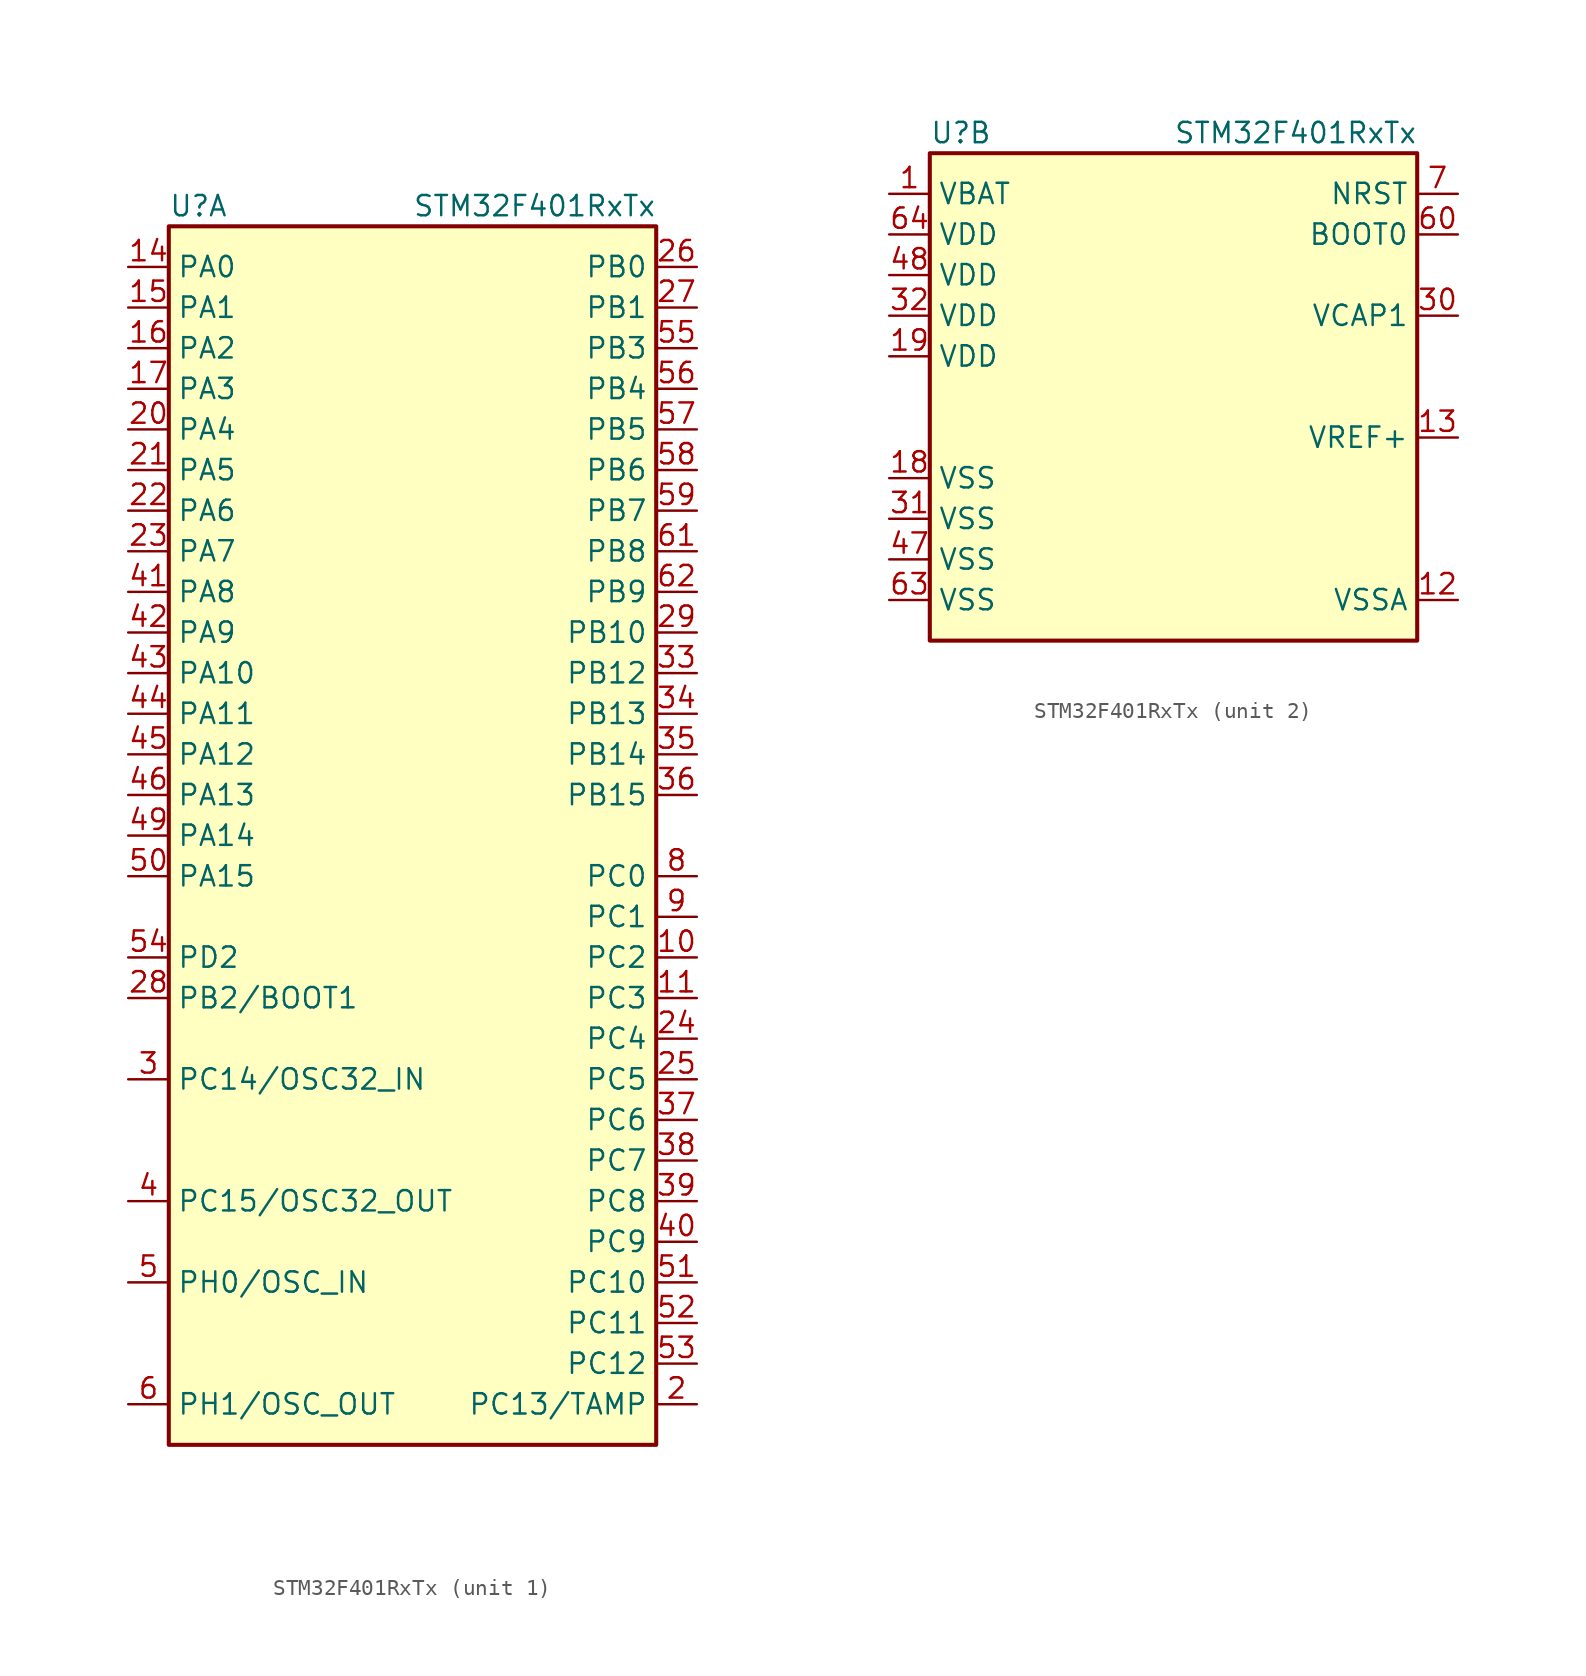
<source format=kicad_sym>
(kicad_symbol_lib
  (version 20211014)
  (generator kicad_symbol_editor)
  (symbol "STM32F401RxTx"
    (property "Reference" "U"
      (at -15.24 16.51 0)
      (effects (font (size 1.27 1.27)) (justify left)))
    (property "Value" "STM32F401RxTx"
      (at 0 16.51 0)
      (effects (font (size 1.27 1.27)) (justify left)))
    (property "ki_locked" ""
      (at 0 0 0)
      (effects (font (size 1.27 1.27))))
    (symbol "STM32F401RxTx_1_1"
      (rectangle (start -15.24 15.24) (end 15.24 -60.96) (stroke (width 0.254) (type default) (color 0 0 0 0)) (fill (type background)))
      (pin bidirectional line (at 17.78 -30.48 180) (length 2.54) (name "PC2" (effects (font (size 1.27 1.27)))) (number "10" (effects (font (size 1.27 1.27)))))
      (pin bidirectional line (at 17.78 -33.02 180) (length 2.54) (name "PC3" (effects (font (size 1.27 1.27)))) (number "11" (effects (font (size 1.27 1.27)))))
      (pin bidirectional line (at -17.78 12.7 0) (length 2.54) (name "PA0" (effects (font (size 1.27 1.27)))) (number "14" (effects (font (size 1.27 1.27)))))
      (pin bidirectional line (at -17.78 10.16 0) (length 2.54) (name "PA1" (effects (font (size 1.27 1.27)))) (number "15" (effects (font (size 1.27 1.27)))))
      (pin bidirectional line (at -17.78 7.62 0) (length 2.54) (name "PA2" (effects (font (size 1.27 1.27)))) (number "16" (effects (font (size 1.27 1.27)))))
      (pin bidirectional line (at -17.78 5.08 0) (length 2.54) (name "PA3" (effects (font (size 1.27 1.27)))) (number "17" (effects (font (size 1.27 1.27)))))
      (pin bidirectional line (at 17.78 -58.42 180) (length 2.54) (name "PC13/TAMP" (effects (font (size 1.27 1.27)))) (number "2" (effects (font (size 1.27 1.27)))))
      (pin bidirectional line (at -17.78 2.54 0) (length 2.54) (name "PA4" (effects (font (size 1.27 1.27)))) (number "20" (effects (font (size 1.27 1.27)))))
      (pin bidirectional line (at -17.78 0 0) (length 2.54) (name "PA5" (effects (font (size 1.27 1.27)))) (number "21" (effects (font (size 1.27 1.27)))))
      (pin bidirectional line (at -17.78 -2.54 0) (length 2.54) (name "PA6" (effects (font (size 1.27 1.27)))) (number "22" (effects (font (size 1.27 1.27)))))
      (pin bidirectional line (at -17.78 -5.08 0) (length 2.54) (name "PA7" (effects (font (size 1.27 1.27)))) (number "23" (effects (font (size 1.27 1.27)))))
      (pin bidirectional line (at 17.78 -35.56 180) (length 2.54) (name "PC4" (effects (font (size 1.27 1.27)))) (number "24" (effects (font (size 1.27 1.27)))))
      (pin bidirectional line (at 17.78 -38.1 180) (length 2.54) (name "PC5" (effects (font (size 1.27 1.27)))) (number "25" (effects (font (size 1.27 1.27)))))
      (pin bidirectional line (at 17.78 12.7 180) (length 2.54) (name "PB0" (effects (font (size 1.27 1.27)))) (number "26" (effects (font (size 1.27 1.27)))))
      (pin bidirectional line (at 17.78 10.16 180) (length 2.54) (name "PB1" (effects (font (size 1.27 1.27)))) (number "27" (effects (font (size 1.27 1.27)))))
      (pin bidirectional line (at -17.78 -33.02 0) (length 2.54) (name "PB2/BOOT1" (effects (font (size 1.27 1.27)))) (number "28" (effects (font (size 1.27 1.27)))))
      (pin bidirectional line (at 17.78 -10.16 180) (length 2.54) (name "PB10" (effects (font (size 1.27 1.27)))) (number "29" (effects (font (size 1.27 1.27)))))
      (pin bidirectional line (at -17.78 -38.1 0) (length 2.54) (name "PC14/OSC32_IN" (effects (font (size 1.27 1.27)))) (number "3" (effects (font (size 1.27 1.27)))))
      (pin bidirectional line (at 17.78 -12.7 180) (length 2.54) (name "PB12" (effects (font (size 1.27 1.27)))) (number "33" (effects (font (size 1.27 1.27)))))
      (pin bidirectional line (at 17.78 -15.24 180) (length 2.54) (name "PB13" (effects (font (size 1.27 1.27)))) (number "34" (effects (font (size 1.27 1.27)))))
      (pin bidirectional line (at 17.78 -17.78 180) (length 2.54) (name "PB14" (effects (font (size 1.27 1.27)))) (number "35" (effects (font (size 1.27 1.27)))))
      (pin bidirectional line (at 17.78 -20.32 180) (length 2.54) (name "PB15" (effects (font (size 1.27 1.27)))) (number "36" (effects (font (size 1.27 1.27)))))
      (pin bidirectional line (at 17.78 -40.64 180) (length 2.54) (name "PC6" (effects (font (size 1.27 1.27)))) (number "37" (effects (font (size 1.27 1.27)))))
      (pin bidirectional line (at 17.78 -43.18 180) (length 2.54) (name "PC7" (effects (font (size 1.27 1.27)))) (number "38" (effects (font (size 1.27 1.27)))))
      (pin bidirectional line (at 17.78 -45.72 180) (length 2.54) (name "PC8" (effects (font (size 1.27 1.27)))) (number "39" (effects (font (size 1.27 1.27)))))
      (pin bidirectional line (at -17.78 -45.72 0) (length 2.54) (name "PC15/OSC32_OUT" (effects (font (size 1.27 1.27)))) (number "4" (effects (font (size 1.27 1.27)))))
      (pin bidirectional line (at 17.78 -48.26 180) (length 2.54) (name "PC9" (effects (font (size 1.27 1.27)))) (number "40" (effects (font (size 1.27 1.27)))))
      (pin bidirectional line (at -17.78 -7.62 0) (length 2.54) (name "PA8" (effects (font (size 1.27 1.27)))) (number "41" (effects (font (size 1.27 1.27)))))
      (pin bidirectional line (at -17.78 -10.16 0) (length 2.54) (name "PA9" (effects (font (size 1.27 1.27)))) (number "42" (effects (font (size 1.27 1.27)))))
      (pin bidirectional line (at -17.78 -12.7 0) (length 2.54) (name "PA10" (effects (font (size 1.27 1.27)))) (number "43" (effects (font (size 1.27 1.27)))))
      (pin bidirectional line (at -17.78 -15.24 0) (length 2.54) (name "PA11" (effects (font (size 1.27 1.27)))) (number "44" (effects (font (size 1.27 1.27)))))
      (pin bidirectional line (at -17.78 -17.78 0) (length 2.54) (name "PA12" (effects (font (size 1.27 1.27)))) (number "45" (effects (font (size 1.27 1.27)))))
      (pin bidirectional line (at -17.78 -20.32 0) (length 2.54) (name "PA13" (effects (font (size 1.27 1.27)))) (number "46" (effects (font (size 1.27 1.27)))))
      (pin bidirectional line (at -17.78 -22.86 0) (length 2.54) (name "PA14" (effects (font (size 1.27 1.27)))) (number "49" (effects (font (size 1.27 1.27)))))
      (pin input line (at -17.78 -50.8 0) (length 2.54) (name "PH0/OSC_IN" (effects (font (size 1.27 1.27)))) (number "5" (effects (font (size 1.27 1.27)))))
      (pin bidirectional line (at -17.78 -25.4 0) (length 2.54) (name "PA15" (effects (font (size 1.27 1.27)))) (number "50" (effects (font (size 1.27 1.27)))))
      (pin bidirectional line (at 17.78 -50.8 180) (length 2.54) (name "PC10" (effects (font (size 1.27 1.27)))) (number "51" (effects (font (size 1.27 1.27)))))
      (pin bidirectional line (at 17.78 -53.34 180) (length 2.54) (name "PC11" (effects (font (size 1.27 1.27)))) (number "52" (effects (font (size 1.27 1.27)))))
      (pin bidirectional line (at 17.78 -55.88 180) (length 2.54) (name "PC12" (effects (font (size 1.27 1.27)))) (number "53" (effects (font (size 1.27 1.27)))))
      (pin bidirectional line (at -17.78 -30.48 0) (length 2.54) (name "PD2" (effects (font (size 1.27 1.27)))) (number "54" (effects (font (size 1.27 1.27)))))
      (pin bidirectional line (at 17.78 7.62 180) (length 2.54) (name "PB3" (effects (font (size 1.27 1.27)))) (number "55" (effects (font (size 1.27 1.27)))))
      (pin bidirectional line (at 17.78 5.08 180) (length 2.54) (name "PB4" (effects (font (size 1.27 1.27)))) (number "56" (effects (font (size 1.27 1.27)))))
      (pin bidirectional line (at 17.78 2.54 180) (length 2.54) (name "PB5" (effects (font (size 1.27 1.27)))) (number "57" (effects (font (size 1.27 1.27)))))
      (pin bidirectional line (at 17.78 0 180) (length 2.54) (name "PB6" (effects (font (size 1.27 1.27)))) (number "58" (effects (font (size 1.27 1.27)))))
      (pin bidirectional line (at 17.78 -2.54 180) (length 2.54) (name "PB7" (effects (font (size 1.27 1.27)))) (number "59" (effects (font (size 1.27 1.27)))))
      (pin input line (at -17.78 -58.42 0) (length 2.54) (name "PH1/OSC_OUT" (effects (font (size 1.27 1.27)))) (number "6" (effects (font (size 1.27 1.27)))))
      (pin bidirectional line (at 17.78 -5.08 180) (length 2.54) (name "PB8" (effects (font (size 1.27 1.27)))) (number "61" (effects (font (size 1.27 1.27)))))
      (pin bidirectional line (at 17.78 -7.62 180) (length 2.54) (name "PB9" (effects (font (size 1.27 1.27)))) (number "62" (effects (font (size 1.27 1.27)))))
      (pin bidirectional line (at 17.78 -25.4 180) (length 2.54) (name "PC0" (effects (font (size 1.27 1.27)))) (number "8" (effects (font (size 1.27 1.27)))))
      (pin bidirectional line (at 17.78 -27.94 180) (length 2.54) (name "PC1" (effects (font (size 1.27 1.27)))) (number "9" (effects (font (size 1.27 1.27))))))
    (symbol "STM32F401RxTx_2_1"
      (rectangle (start -15.24 -15.24) (end 15.24 15.24) (stroke (width 0.254) (type default) (color 0 0 0 0)) (fill (type background)))
      (pin power_in line (at -17.78 12.7 0) (length 2.54) (name "VBAT" (effects (font (size 1.27 1.27)))) (number "1" (effects (font (size 1.27 1.27)))))
      (pin power_in line (at 17.78 -12.7 180) (length 2.54) (name "VSSA" (effects (font (size 1.27 1.27)))) (number "12" (effects (font (size 1.27 1.27)))))
      (pin power_in line (at 17.78 -2.54 180) (length 2.54) (name "VREF+" (effects (font (size 1.27 1.27)))) (number "13" (effects (font (size 1.27 1.27)))))
      (pin power_in line (at -17.78 -5.08 0) (length 2.54) (name "VSS" (effects (font (size 1.27 1.27)))) (number "18" (effects (font (size 1.27 1.27)))))
      (pin power_in line (at -17.78 2.54 0) (length 2.54) (name "VDD" (effects (font (size 1.27 1.27)))) (number "19" (effects (font (size 1.27 1.27)))))
      (pin power_in line (at 17.78 5.08 180) (length 2.54) (name "VCAP1" (effects (font (size 1.27 1.27)))) (number "30" (effects (font (size 1.27 1.27)))))
      (pin power_in line (at -17.78 -7.62 0) (length 2.54) (name "VSS" (effects (font (size 1.27 1.27)))) (number "31" (effects (font (size 1.27 1.27)))))
      (pin power_in line (at -17.78 5.08 0) (length 2.54) (name "VDD" (effects (font (size 1.27 1.27)))) (number "32" (effects (font (size 1.27 1.27)))))
      (pin power_in line (at -17.78 -10.16 0) (length 2.54) (name "VSS" (effects (font (size 1.27 1.27)))) (number "47" (effects (font (size 1.27 1.27)))))
      (pin power_in line (at -17.78 7.62 0) (length 2.54) (name "VDD" (effects (font (size 1.27 1.27)))) (number "48" (effects (font (size 1.27 1.27)))))
      (pin input line (at 17.78 10.16 180) (length 2.54) (name "BOOT0" (effects (font (size 1.27 1.27)))) (number "60" (effects (font (size 1.27 1.27)))))
      (pin power_in line (at -17.78 -12.7 0) (length 2.54) (name "VSS" (effects (font (size 1.27 1.27)))) (number "63" (effects (font (size 1.27 1.27)))))
      (pin power_in line (at -17.78 10.16 0) (length 2.54) (name "VDD" (effects (font (size 1.27 1.27)))) (number "64" (effects (font (size 1.27 1.27)))))
      (pin input line (at 17.78 12.7 180) (length 2.54) (name "NRST" (effects (font (size 1.27 1.27)))) (number "7" (effects (font (size 1.27 1.27))))))))
</source>
